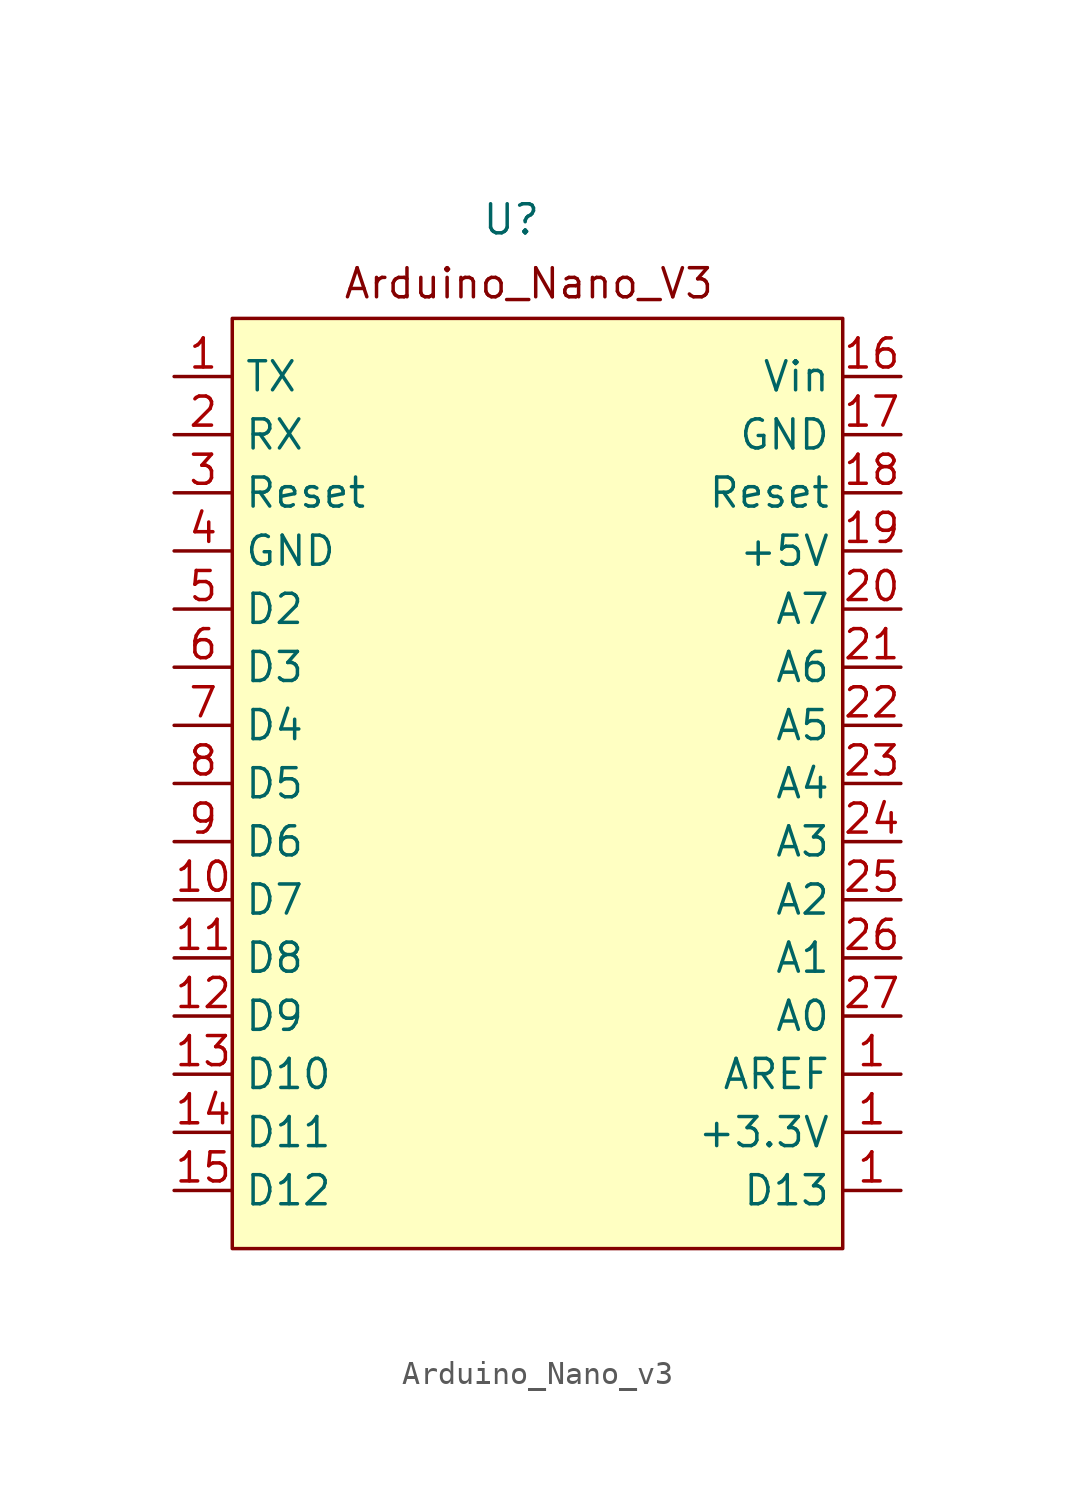
<source format=kicad_sym>
(kicad_symbol_lib
  (version 20231120)
  (generator "kicad_symbol_editor")
  (generator_version "8.0")
  (symbol "Arduino_Nano_v3"
    (property "Reference" "U"
      (at -1.778 23.368 0)
      (effects (font (size 1.27 1.27))))
    (property "Value" ""
      (at -16.51 -10.16 0)
      (effects (font (size 1.27 1.27))))
    (symbol "Arduino_Nano_v3_0_1"
      (rectangle (start -13.97 19.05) (end 12.7 -21.59) (stroke (width 0) (type default)) (fill (type background))))
    (symbol "Arduino_Nano_v3_1_1"
      (text "Arduino_Nano_V3" (at -1.016 20.574 0) (effects (font (size 1.27 1.27))))
      (pin power_out line (at 15.24 -16.51 180) (length 2.54) (name "+3.3V" (effects (font (size 1.27 1.27)))) (number "1" (effects (font (size 1.27 1.27)))))
      (pin input line (at 15.24 -13.97 180) (length 2.54) (name "AREF" (effects (font (size 1.27 1.27)))) (number "1" (effects (font (size 1.27 1.27)))))
      (pin bidirectional line (at 15.24 -19.05 180) (length 2.54) (name "D13" (effects (font (size 1.27 1.27)))) (number "1" (effects (font (size 1.27 1.27)))))
      (pin output line (at -16.51 16.51 0) (length 2.54) (name "TX" (effects (font (size 1.27 1.27)))) (number "1" (effects (font (size 1.27 1.27)))))
      (pin bidirectional line (at -16.51 -6.35 0) (length 2.54) (name "D7" (effects (font (size 1.27 1.27)))) (number "10" (effects (font (size 1.27 1.27)))))
      (pin bidirectional line (at -16.51 -8.89 0) (length 2.54) (name "D8" (effects (font (size 1.27 1.27)))) (number "11" (effects (font (size 1.27 1.27)))))
      (pin bidirectional line (at -16.51 -11.43 0) (length 2.54) (name "D9" (effects (font (size 1.27 1.27)))) (number "12" (effects (font (size 1.27 1.27)))))
      (pin bidirectional line (at -16.51 -13.97 0) (length 2.54) (name "D10" (effects (font (size 1.27 1.27)))) (number "13" (effects (font (size 1.27 1.27)))))
      (pin bidirectional line (at -16.51 -16.51 0) (length 2.54) (name "D11" (effects (font (size 1.27 1.27)))) (number "14" (effects (font (size 1.27 1.27)))))
      (pin bidirectional line (at -16.51 -19.05 0) (length 2.54) (name "D12" (effects (font (size 1.27 1.27)))) (number "15" (effects (font (size 1.27 1.27)))))
      (pin power_in line (at 15.24 16.51 180) (length 2.54) (name "Vin" (effects (font (size 1.27 1.27)))) (number "16" (effects (font (size 1.27 1.27)))))
      (pin power_in line (at 15.24 13.97 180) (length 2.54) (name "GND" (effects (font (size 1.27 1.27)))) (number "17" (effects (font (size 1.27 1.27)))))
      (pin input line (at 15.24 11.43 180) (length 2.54) (name "Reset" (effects (font (size 1.27 1.27)))) (number "18" (effects (font (size 1.27 1.27)))))
      (pin power_out line (at 15.24 8.89 180) (length 2.54) (name "+5V" (effects (font (size 1.27 1.27)))) (number "19" (effects (font (size 1.27 1.27)))))
      (pin input line (at -16.51 13.97 0) (length 2.54) (name "RX" (effects (font (size 1.27 1.27)))) (number "2" (effects (font (size 1.27 1.27)))))
      (pin bidirectional line (at 15.24 6.35 180) (length 2.54) (name "A7" (effects (font (size 1.27 1.27)))) (number "20" (effects (font (size 1.27 1.27)))))
      (pin bidirectional line (at 15.24 3.81 180) (length 2.54) (name "A6" (effects (font (size 1.27 1.27)))) (number "21" (effects (font (size 1.27 1.27)))))
      (pin bidirectional line (at 15.24 1.27 180) (length 2.54) (name "A5" (effects (font (size 1.27 1.27)))) (number "22" (effects (font (size 1.27 1.27)))))
      (pin bidirectional line (at 15.24 -1.27 180) (length 2.54) (name "A4" (effects (font (size 1.27 1.27)))) (number "23" (effects (font (size 1.27 1.27)))))
      (pin bidirectional line (at 15.24 -3.81 180) (length 2.54) (name "A3" (effects (font (size 1.27 1.27)))) (number "24" (effects (font (size 1.27 1.27)))))
      (pin bidirectional line (at 15.24 -6.35 180) (length 2.54) (name "A2" (effects (font (size 1.27 1.27)))) (number "25" (effects (font (size 1.27 1.27)))))
      (pin bidirectional line (at 15.24 -8.89 180) (length 2.54) (name "A1" (effects (font (size 1.27 1.27)))) (number "26" (effects (font (size 1.27 1.27)))))
      (pin bidirectional line (at 15.24 -11.43 180) (length 2.54) (name "A0" (effects (font (size 1.27 1.27)))) (number "27" (effects (font (size 1.27 1.27)))))
      (pin input line (at -16.51 11.43 0) (length 2.54) (name "Reset" (effects (font (size 1.27 1.27)))) (number "3" (effects (font (size 1.27 1.27)))))
      (pin power_in line (at -16.51 8.89 0) (length 2.54) (name "GND" (effects (font (size 1.27 1.27)))) (number "4" (effects (font (size 1.27 1.27)))))
      (pin bidirectional line (at -16.51 6.35 0) (length 2.54) (name "D2" (effects (font (size 1.27 1.27)))) (number "5" (effects (font (size 1.27 1.27)))))
      (pin bidirectional line (at -16.51 3.81 0) (length 2.54) (name "D3" (effects (font (size 1.27 1.27)))) (number "6" (effects (font (size 1.27 1.27)))))
      (pin bidirectional line (at -16.51 1.27 0) (length 2.54) (name "D4" (effects (font (size 1.27 1.27)))) (number "7" (effects (font (size 1.27 1.27)))))
      (pin bidirectional line (at -16.51 -1.27 0) (length 2.54) (name "D5" (effects (font (size 1.27 1.27)))) (number "8" (effects (font (size 1.27 1.27)))))
      (pin bidirectional line (at -16.51 -3.81 0) (length 2.54) (name "D6" (effects (font (size 1.27 1.27)))) (number "9" (effects (font (size 1.27 1.27))))))))
</source>
